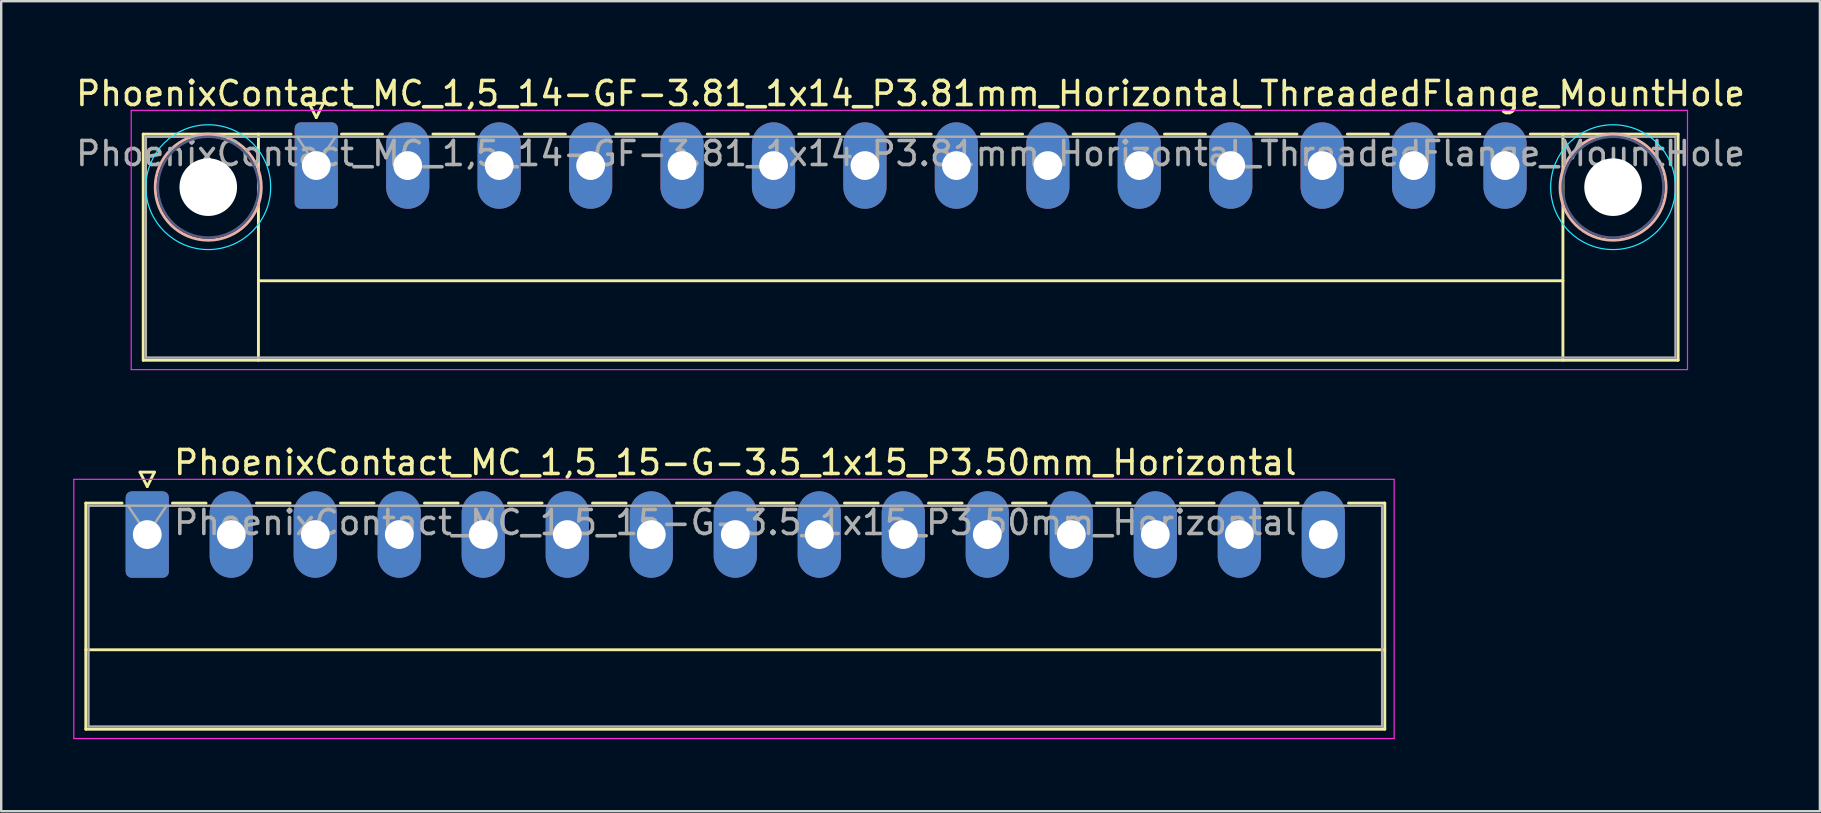
<source format=kicad_pcb>
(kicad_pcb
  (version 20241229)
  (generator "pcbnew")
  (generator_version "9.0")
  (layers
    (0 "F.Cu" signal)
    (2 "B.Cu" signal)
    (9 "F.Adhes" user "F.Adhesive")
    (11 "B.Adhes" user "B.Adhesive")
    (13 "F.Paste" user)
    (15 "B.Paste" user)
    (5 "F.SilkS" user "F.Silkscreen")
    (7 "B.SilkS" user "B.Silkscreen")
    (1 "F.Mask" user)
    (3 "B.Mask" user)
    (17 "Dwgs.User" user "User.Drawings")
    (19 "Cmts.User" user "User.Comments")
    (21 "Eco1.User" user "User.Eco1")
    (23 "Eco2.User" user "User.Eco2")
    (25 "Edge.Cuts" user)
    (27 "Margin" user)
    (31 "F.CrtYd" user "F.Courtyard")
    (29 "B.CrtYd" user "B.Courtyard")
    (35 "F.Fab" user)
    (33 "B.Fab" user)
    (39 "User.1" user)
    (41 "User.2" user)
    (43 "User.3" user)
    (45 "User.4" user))
  (footprint "PhoenixContact_MC_1,5_15-G-3.5_1x15_P3.50mm_Horizontal"
    (layer "F.Cu")
    (at 3.085 19.221)
    (property "Reference" "PhoenixContact_MC_1,5_15-G-3.5_1x15_P3.50mm_Horizontal" (at 24.5 -3 0) (layer "F.SilkS") (effects (font (size 1 1) (thickness 0.15))))
    (attr through_hole)
    (fp_line (start -2.56 -1.31) (end -2.56 8.11) (stroke (width 0.12) (type solid)) (layer "F.SilkS"))
    (fp_line (start -2.56 -1.31) (end -1.05 -1.31) (stroke (width 0.12) (type solid)) (layer "F.SilkS"))
    (fp_line (start -2.56 4.8) (end 51.56 4.8) (stroke (width 0.12) (type solid)) (layer "F.SilkS"))
    (fp_line (start -2.56 8.11) (end 51.56 8.11) (stroke (width 0.12) (type solid)) (layer "F.SilkS"))
    (fp_line (start -0.3 -2.6) (end 0.3 -2.6) (stroke (width 0.12) (type solid)) (layer "F.SilkS"))
    (fp_line (start 0 -2) (end -0.3 -2.6) (stroke (width 0.12) (type solid)) (layer "F.SilkS"))
    (fp_line (start 0.3 -2.6) (end 0 -2) (stroke (width 0.12) (type solid)) (layer "F.SilkS"))
    (fp_line (start 1.05 -1.31) (end 2.45 -1.31) (stroke (width 0.12) (type solid)) (layer "F.SilkS"))
    (fp_line (start 4.55 -1.31) (end 5.95 -1.31) (stroke (width 0.12) (type solid)) (layer "F.SilkS"))
    (fp_line (start 8.05 -1.31) (end 9.45 -1.31) (stroke (width 0.12) (type solid)) (layer "F.SilkS"))
    (fp_line (start 11.55 -1.31) (end 12.95 -1.31) (stroke (width 0.12) (type solid)) (layer "F.SilkS"))
    (fp_line (start 15.05 -1.31) (end 16.45 -1.31) (stroke (width 0.12) (type solid)) (layer "F.SilkS"))
    (fp_line (start 18.55 -1.31) (end 19.95 -1.31) (stroke (width 0.12) (type solid)) (layer "F.SilkS"))
    (fp_line (start 22.05 -1.31) (end 23.45 -1.31) (stroke (width 0.12) (type solid)) (layer "F.SilkS"))
    (fp_line (start 25.55 -1.31) (end 26.95 -1.31) (stroke (width 0.12) (type solid)) (layer "F.SilkS"))
    (fp_line (start 29.05 -1.31) (end 30.45 -1.31) (stroke (width 0.12) (type solid)) (layer "F.SilkS"))
    (fp_line (start 32.55 -1.31) (end 33.95 -1.31) (stroke (width 0.12) (type solid)) (layer "F.SilkS"))
    (fp_line (start 36.05 -1.31) (end 37.45 -1.31) (stroke (width 0.12) (type solid)) (layer "F.SilkS"))
    (fp_line (start 39.55 -1.31) (end 40.95 -1.31) (stroke (width 0.12) (type solid)) (layer "F.SilkS"))
    (fp_line (start 43.05 -1.31) (end 44.45 -1.31) (stroke (width 0.12) (type solid)) (layer "F.SilkS"))
    (fp_line (start 46.55 -1.31) (end 47.95 -1.31) (stroke (width 0.12) (type solid)) (layer "F.SilkS"))
    (fp_line (start 51.56 -1.31) (end 50.05 -1.31) (stroke (width 0.12) (type solid)) (layer "F.SilkS"))
    (fp_line (start 51.56 8.11) (end 51.56 -1.31) (stroke (width 0.12) (type solid)) (layer "F.SilkS"))
    (fp_line (start -3.06 -2.3) (end -3.06 8.5) (stroke (width 0.05) (type solid)) (layer "F.CrtYd"))
    (fp_line (start -3.06 8.5) (end 51.95 8.5) (stroke (width 0.05) (type solid)) (layer "F.CrtYd"))
    (fp_line (start 51.95 -2.3) (end -3.06 -2.3) (stroke (width 0.05) (type solid)) (layer "F.CrtYd"))
    (fp_line (start 51.95 8.5) (end 51.95 -2.3) (stroke (width 0.05) (type solid)) (layer "F.CrtYd"))
    (fp_line (start -2.45 -1.2) (end -2.45 8) (stroke (width 0.1) (type solid)) (layer "F.Fab"))
    (fp_line (start -2.45 8) (end 51.45 8) (stroke (width 0.1) (type solid)) (layer "F.Fab"))
    (fp_line (start 0 0) (end -0.8 -1.2) (stroke (width 0.1) (type solid)) (layer "F.Fab"))
    (fp_line (start 0.8 -1.2) (end 0 0) (stroke (width 0.1) (type solid)) (layer "F.Fab"))
    (fp_line (start 51.45 -1.2) (end -2.45 -1.2) (stroke (width 0.1) (type solid)) (layer "F.Fab"))
    (fp_line (start 51.45 8) (end 51.45 -1.2) (stroke (width 0.1) (type solid)) (layer "F.Fab"))
    (fp_text user "${REFERENCE}" (at 24.5 -0.5 0) (layer "F.Fab") (effects (font (size 1 1) (thickness 0.15))))
    (pad "1" thru_hole roundrect (at 0 0) (size 1.8 3.6) (drill 1.2) (layers "*.Cu" "*.Mask") (roundrect_rratio 0.139))
    (pad "2" thru_hole oval (at 3.5 0) (size 1.8 3.6) (drill 1.2) (layers "*.Cu" "*.Mask"))
    (pad "3" thru_hole oval (at 7 0) (size 1.8 3.6) (drill 1.2) (layers "*.Cu" "*.Mask"))
    (pad "4" thru_hole oval (at 10.5 0) (size 1.8 3.6) (drill 1.2) (layers "*.Cu" "*.Mask"))
    (pad "5" thru_hole oval (at 14 0) (size 1.8 3.6) (drill 1.2) (layers "*.Cu" "*.Mask"))
    (pad "6" thru_hole oval (at 17.5 0) (size 1.8 3.6) (drill 1.2) (layers "*.Cu" "*.Mask"))
    (pad "7" thru_hole oval (at 21 0) (size 1.8 3.6) (drill 1.2) (layers "*.Cu" "*.Mask"))
    (pad "8" thru_hole oval (at 24.5 0) (size 1.8 3.6) (drill 1.2) (layers "*.Cu" "*.Mask"))
    (pad "9" thru_hole oval (at 28 0) (size 1.8 3.6) (drill 1.2) (layers "*.Cu" "*.Mask"))
    (pad "10" thru_hole oval (at 31.5 0) (size 1.8 3.6) (drill 1.2) (layers "*.Cu" "*.Mask"))
    (pad "11" thru_hole oval (at 35 0) (size 1.8 3.6) (drill 1.2) (layers "*.Cu" "*.Mask"))
    (pad "12" thru_hole oval (at 38.5 0) (size 1.8 3.6) (drill 1.2) (layers "*.Cu" "*.Mask"))
    (pad "13" thru_hole oval (at 42 0) (size 1.8 3.6) (drill 1.2) (layers "*.Cu" "*.Mask"))
    (pad "14" thru_hole oval (at 45.5 0) (size 1.8 3.6) (drill 1.2) (layers "*.Cu" "*.Mask"))
    (pad "15" thru_hole oval (at 49 0) (size 1.8 3.6) (drill 1.2) (layers "*.Cu" "*.Mask")))
  (footprint "PhoenixContact_MC_1,5_14-GF-3.81_1x14_P3.81mm_Horizontal_ThreadedFlange_MountHole"
    (layer "F.Cu")
    (at 10.127 3.848)
    (property "Reference" "PhoenixContact_MC_1,5_14-GF-3.81_1x14_P3.81mm_Horizontal_ThreadedFlange_MountHole" (at 24.76 -3 0) (layer "F.SilkS") (effects (font (size 1 1) (thickness 0.15))))
    (attr through_hole)
    (fp_line (start -7.21 -1.31) (end -7.21 8.11) (stroke (width 0.12) (type solid)) (layer "F.SilkS"))
    (fp_line (start -7.21 -1.31) (end -1.05 -1.31) (stroke (width 0.12) (type solid)) (layer "F.SilkS"))
    (fp_line (start -7.21 8.11) (end 56.74 8.11) (stroke (width 0.12) (type solid)) (layer "F.SilkS"))
    (fp_line (start -2.41 -1.31) (end -2.41 8.11) (stroke (width 0.12) (type solid)) (layer "F.SilkS"))
    (fp_line (start -2.41 4.8) (end 51.94 4.8) (stroke (width 0.12) (type solid)) (layer "F.SilkS"))
    (fp_line (start -0.3 -2.6) (end 0.3 -2.6) (stroke (width 0.12) (type solid)) (layer "F.SilkS"))
    (fp_line (start 0 -2) (end -0.3 -2.6) (stroke (width 0.12) (type solid)) (layer "F.SilkS"))
    (fp_line (start 0.3 -2.6) (end 0 -2) (stroke (width 0.12) (type solid)) (layer "F.SilkS"))
    (fp_line (start 1.05 -1.31) (end 2.76 -1.31) (stroke (width 0.12) (type solid)) (layer "F.SilkS"))
    (fp_line (start 4.86 -1.31) (end 6.57 -1.31) (stroke (width 0.12) (type solid)) (layer "F.SilkS"))
    (fp_line (start 8.67 -1.31) (end 10.38 -1.31) (stroke (width 0.12) (type solid)) (layer "F.SilkS"))
    (fp_line (start 12.48 -1.31) (end 14.19 -1.31) (stroke (width 0.12) (type solid)) (layer "F.SilkS"))
    (fp_line (start 16.29 -1.31) (end 18 -1.31) (stroke (width 0.12) (type solid)) (layer "F.SilkS"))
    (fp_line (start 20.1 -1.31) (end 21.81 -1.31) (stroke (width 0.12) (type solid)) (layer "F.SilkS"))
    (fp_line (start 23.91 -1.31) (end 25.62 -1.31) (stroke (width 0.12) (type solid)) (layer "F.SilkS"))
    (fp_line (start 27.72 -1.31) (end 29.43 -1.31) (stroke (width 0.12) (type solid)) (layer "F.SilkS"))
    (fp_line (start 31.53 -1.31) (end 33.24 -1.31) (stroke (width 0.12) (type solid)) (layer "F.SilkS"))
    (fp_line (start 35.34 -1.31) (end 37.05 -1.31) (stroke (width 0.12) (type solid)) (layer "F.SilkS"))
    (fp_line (start 39.15 -1.31) (end 40.86 -1.31) (stroke (width 0.12) (type solid)) (layer "F.SilkS"))
    (fp_line (start 42.96 -1.31) (end 44.67 -1.31) (stroke (width 0.12) (type solid)) (layer "F.SilkS"))
    (fp_line (start 46.77 -1.31) (end 48.48 -1.31) (stroke (width 0.12) (type solid)) (layer "F.SilkS"))
    (fp_line (start 51.94 -1.31) (end 51.94 8.11) (stroke (width 0.12) (type solid)) (layer "F.SilkS"))
    (fp_line (start 56.74 -1.31) (end 50.58 -1.31) (stroke (width 0.12) (type solid)) (layer "F.SilkS"))
    (fp_line (start 56.74 8.11) (end 56.74 -1.31) (stroke (width 0.12) (type solid)) (layer "F.SilkS"))
    (fp_circle (center -4.5 0.9) (end -2.29 0.9) (stroke (width 0.12) (type solid)) (fill no) (layer "B.SilkS"))
    (fp_circle (center 54.03 0.9) (end 56.24 0.9) (stroke (width 0.12) (type solid)) (fill no) (layer "B.SilkS"))
    (fp_circle (center -4.5 0.9) (end -1.9 0.9) (stroke (width 0.05) (type solid)) (fill no) (layer "B.CrtYd"))
    (fp_circle (center 54.03 0.9) (end 56.63 0.9) (stroke (width 0.05) (type solid)) (fill no) (layer "B.CrtYd"))
    (fp_line (start -7.71 -2.3) (end -7.71 8.5) (stroke (width 0.05) (type solid)) (layer "F.CrtYd"))
    (fp_line (start -7.71 8.5) (end 57.13 8.5) (stroke (width 0.05) (type solid)) (layer "F.CrtYd"))
    (fp_line (start 57.13 -2.3) (end -7.71 -2.3) (stroke (width 0.05) (type solid)) (layer "F.CrtYd"))
    (fp_line (start 57.13 8.5) (end 57.13 -2.3) (stroke (width 0.05) (type solid)) (layer "F.CrtYd"))
    (fp_circle (center -4.5 0.9) (end -2.4 0.9) (stroke (width 0.1) (type solid)) (fill no) (layer "B.Fab"))
    (fp_circle (center 54.03 0.9) (end 56.13 0.9) (stroke (width 0.1) (type solid)) (fill no) (layer "B.Fab"))
    (fp_line (start -7.1 -1.2) (end -7.1 8) (stroke (width 0.1) (type solid)) (layer "F.Fab"))
    (fp_line (start -7.1 8) (end 56.63 8) (stroke (width 0.1) (type solid)) (layer "F.Fab"))
    (fp_line (start 0 0) (end -0.8 -1.2) (stroke (width 0.1) (type solid)) (layer "F.Fab"))
    (fp_line (start 0.8 -1.2) (end 0 0) (stroke (width 0.1) (type solid)) (layer "F.Fab"))
    (fp_line (start 56.63 -1.2) (end -7.1 -1.2) (stroke (width 0.1) (type solid)) (layer "F.Fab"))
    (fp_line (start 56.63 8) (end 56.63 -1.2) (stroke (width 0.1) (type solid)) (layer "F.Fab"))
    (fp_text user "${REFERENCE}" (at 24.76 -0.5 0) (layer "F.Fab") (effects (font (size 1 1) (thickness 0.15))))
    (pad "" np_thru_hole circle (at -4.5 0.9) (size 2.4 2.4) (drill 2.4) (layers "*.Cu" "*.Mask"))
    (pad "" np_thru_hole circle (at 54.03 0.9) (size 2.4 2.4) (drill 2.4) (layers "*.Cu" "*.Mask"))
    (pad "1" thru_hole roundrect (at 0 0) (size 1.8 3.6) (drill 1.2) (layers "*.Cu" "*.Mask") (roundrect_rratio 0.139))
    (pad "2" thru_hole oval (at 3.81 0) (size 1.8 3.6) (drill 1.2) (layers "*.Cu" "*.Mask"))
    (pad "3" thru_hole oval (at 7.62 0) (size 1.8 3.6) (drill 1.2) (layers "*.Cu" "*.Mask"))
    (pad "4" thru_hole oval (at 11.43 0) (size 1.8 3.6) (drill 1.2) (layers "*.Cu" "*.Mask"))
    (pad "5" thru_hole oval (at 15.24 0) (size 1.8 3.6) (drill 1.2) (layers "*.Cu" "*.Mask"))
    (pad "6" thru_hole oval (at 19.05 0) (size 1.8 3.6) (drill 1.2) (layers "*.Cu" "*.Mask"))
    (pad "7" thru_hole oval (at 22.86 0) (size 1.8 3.6) (drill 1.2) (layers "*.Cu" "*.Mask"))
    (pad "8" thru_hole oval (at 26.67 0) (size 1.8 3.6) (drill 1.2) (layers "*.Cu" "*.Mask"))
    (pad "9" thru_hole oval (at 30.48 0) (size 1.8 3.6) (drill 1.2) (layers "*.Cu" "*.Mask"))
    (pad "10" thru_hole oval (at 34.29 0) (size 1.8 3.6) (drill 1.2) (layers "*.Cu" "*.Mask"))
    (pad "11" thru_hole oval (at 38.1 0) (size 1.8 3.6) (drill 1.2) (layers "*.Cu" "*.Mask"))
    (pad "12" thru_hole oval (at 41.91 0) (size 1.8 3.6) (drill 1.2) (layers "*.Cu" "*.Mask"))
    (pad "13" thru_hole oval (at 45.72 0) (size 1.8 3.6) (drill 1.2) (layers "*.Cu" "*.Mask"))
    (pad "14" thru_hole oval (at 49.53 0) (size 1.8 3.6) (drill 1.2) (layers "*.Cu" "*.Mask")))
  (gr_rect
    (start -3 -3)
    (end 72.774 30.747)
    (stroke (width 0.1) (type default))
    (fill no)
    (layer "Edge.Cuts")))
</source>
